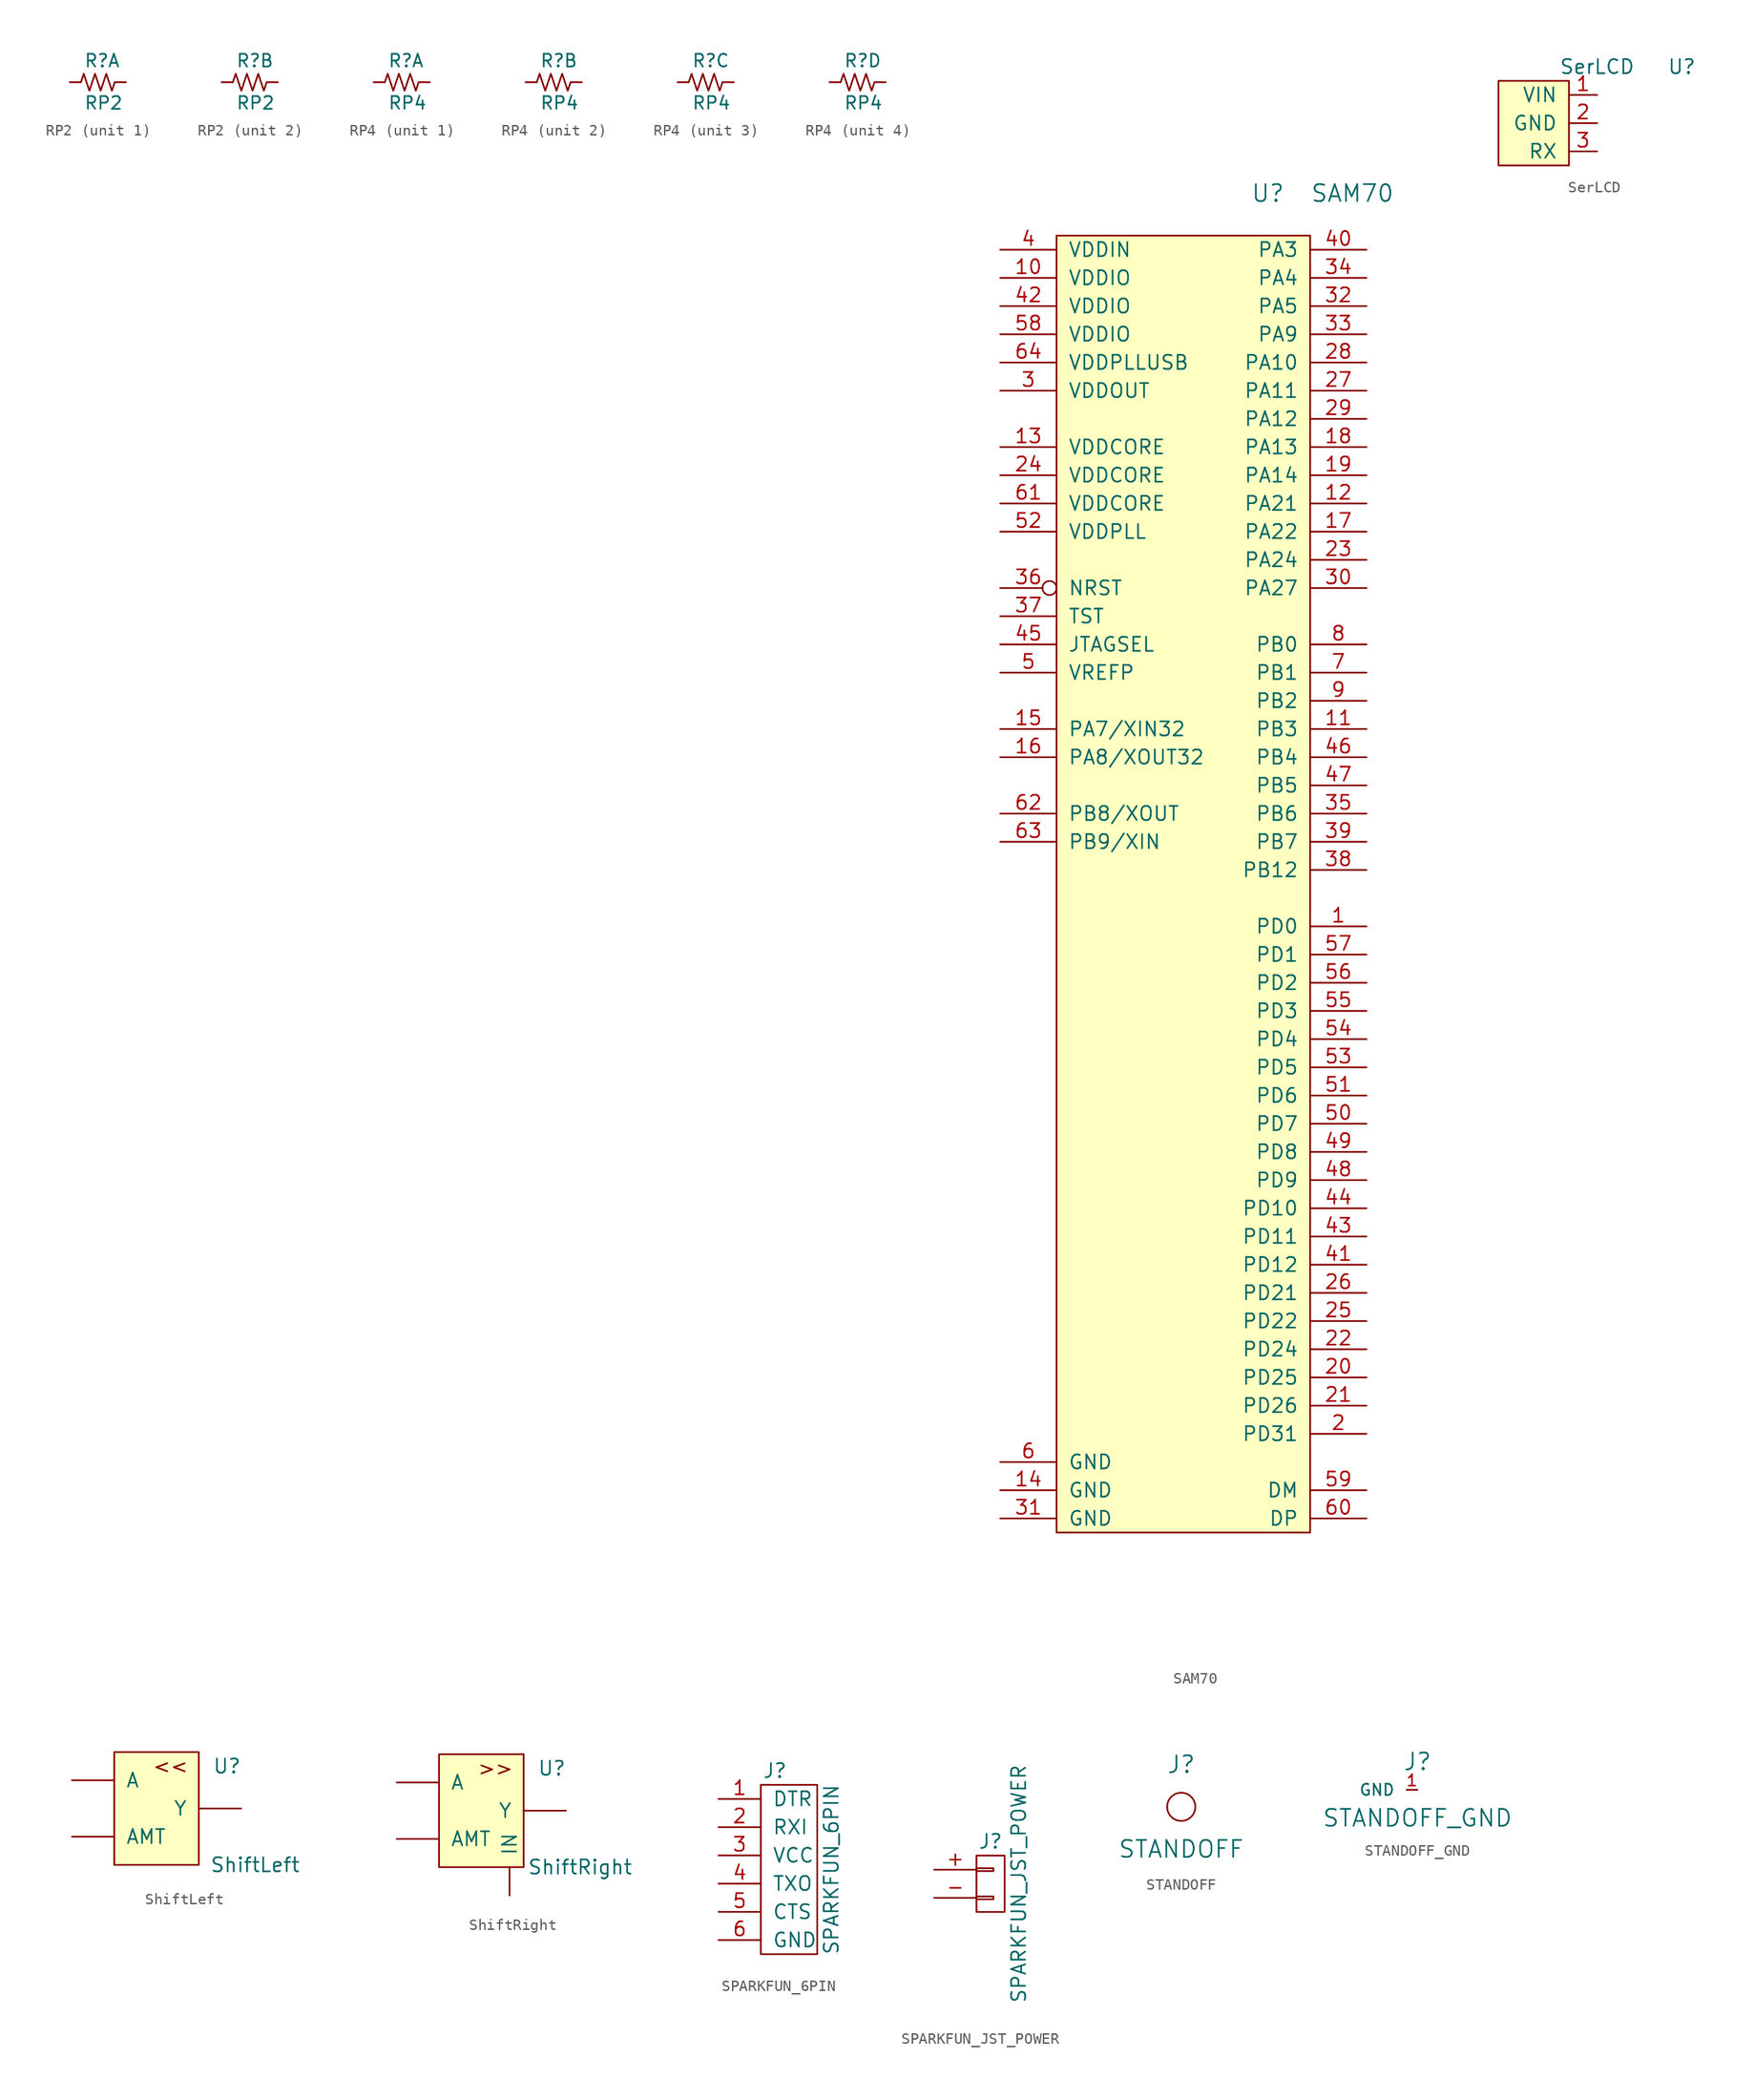
<source format=kicad_sym>
(kicad_symbol_lib
  (version 20211014)
  (generator kicad_symbol_editor)
  (symbol "RP2"
    (pin_numbers hide)
    (pin_names
      (offset 0) hide)
    (property "Reference" "R"
      (at -1.27 1.27 0)
      (effects (font (size 1.143 1.143)) (justify left bottom)))
    (property "Value" "RP2"
      (at -1.27 -2.54 0)
      (effects (font (size 1.143 1.143)) (justify left bottom)))
    (symbol "RP2_0_1"
      (polyline (pts (xy 0 0) (xy -0.254 0.762) (xy -0.762 -0.762) (xy -1.27 0.762) (xy -1.524 0)) (stroke (width 0) (type default) (color 0 0 0 0)) (fill (type none)))
      (polyline (pts (xy 0 0) (xy 0.254 -0.762) (xy 0.762 0.762) (xy 1.27 -0.762) (xy 1.524 0)) (stroke (width 0) (type default) (color 0 0 0 0)) (fill (type none))))
    (symbol "RP2_1_1"
      (pin passive line (at -2.54 0 0) (length 0.991) (name "4" (effects (font (size 1.016 1.016)))) (number "1" (effects (font (size 1.016 1.016)))))
      (pin passive line (at 2.54 0 180) (length 0.991) (name "3" (effects (font (size 1.016 1.016)))) (number "4" (effects (font (size 1.016 1.016))))))
    (symbol "RP2_2_1"
      (pin passive line (at -2.54 0 0) (length 0.991) (name "4" (effects (font (size 1.016 1.016)))) (number "2" (effects (font (size 1.016 1.016)))))
      (pin passive line (at 2.54 0 180) (length 0.991) (name "3" (effects (font (size 1.016 1.016)))) (number "3" (effects (font (size 1.016 1.016)))))))
  (symbol "RP4"
    (pin_numbers hide)
    (pin_names
      (offset 0) hide)
    (property "Reference" "R"
      (at -1.27 1.27 0)
      (effects (font (size 1.143 1.143)) (justify left bottom)))
    (property "Value" "RP4"
      (at -1.27 -2.54 0)
      (effects (font (size 1.143 1.143)) (justify left bottom)))
    (symbol "RP4_0_1"
      (polyline (pts (xy 0 0) (xy -0.254 0.762) (xy -0.762 -0.762) (xy -1.27 0.762) (xy -1.524 0)) (stroke (width 0) (type default) (color 0 0 0 0)) (fill (type none)))
      (polyline (pts (xy 0 0) (xy 0.254 -0.762) (xy 0.762 0.762) (xy 1.27 -0.762) (xy 1.524 0)) (stroke (width 0) (type default) (color 0 0 0 0)) (fill (type none))))
    (symbol "RP4_1_1"
      (pin passive line (at -2.54 0 0) (length 0.991) (name "4" (effects (font (size 1.016 1.016)))) (number "1" (effects (font (size 1.016 1.016)))))
      (pin passive line (at 2.54 0 180) (length 0.991) (name "5" (effects (font (size 1.016 1.016)))) (number "8" (effects (font (size 1.016 1.016))))))
    (symbol "RP4_2_1"
      (pin passive line (at -2.54 0 0) (length 0.991) (name "4" (effects (font (size 1.016 1.016)))) (number "2" (effects (font (size 1.016 1.016)))))
      (pin passive line (at 2.54 0 180) (length 0.991) (name "5" (effects (font (size 1.016 1.016)))) (number "7" (effects (font (size 1.016 1.016))))))
    (symbol "RP4_3_1"
      (pin passive line (at -2.54 0 0) (length 0.991) (name "4" (effects (font (size 1.016 1.016)))) (number "3" (effects (font (size 1.016 1.016)))))
      (pin passive line (at 2.54 0 180) (length 0.991) (name "5" (effects (font (size 1.016 1.016)))) (number "6" (effects (font (size 1.016 1.016))))))
    (symbol "RP4_4_1"
      (pin passive line (at -2.54 0 0) (length 0.991) (name "4" (effects (font (size 1.016 1.016)))) (number "4" (effects (font (size 1.016 1.016)))))
      (pin passive line (at 2.54 0 180) (length 0.991) (name "5" (effects (font (size 1.016 1.016)))) (number "5" (effects (font (size 1.016 1.016)))))))
  (symbol "SAM70"
    (pin_names
      (offset 1.016))
    (property "Reference" "U"
      (at 1.27 10.16 0)
      (effects (font (size 1.524 1.524))))
    (property "Value" "SAM70"
      (at 8.89 10.16 0)
      (effects (font (size 1.524 1.524))))
    (symbol "SAM70_0_1"
      (rectangle (start 5.08 6.35) (end -17.78 -110.49) (stroke (width 0) (type default) (color 0 0 0 0)) (fill (type background))))
    (symbol "SAM70_1_1"
      (pin bidirectional line (at 10.16 -55.88 180) (length 5.08) (name "PD0" (effects (font (size 1.27 1.27)))) (number "1" (effects (font (size 1.27 1.27)))))
      (pin power_in line (at -22.86 2.54 0) (length 5.08) (name "VDDIO" (effects (font (size 1.27 1.27)))) (number "10" (effects (font (size 1.27 1.27)))))
      (pin bidirectional line (at 10.16 -38.1 180) (length 5.08) (name "PB3" (effects (font (size 1.27 1.27)))) (number "11" (effects (font (size 1.27 1.27)))))
      (pin bidirectional line (at 10.16 -17.78 180) (length 5.08) (name "PA21" (effects (font (size 1.27 1.27)))) (number "12" (effects (font (size 1.27 1.27)))))
      (pin power_in line (at -22.86 -12.7 0) (length 5.08) (name "VDDCORE" (effects (font (size 1.27 1.27)))) (number "13" (effects (font (size 1.27 1.27)))))
      (pin power_in line (at -22.86 -106.68 0) (length 5.08) (name "GND" (effects (font (size 1.27 1.27)))) (number "14" (effects (font (size 1.27 1.27)))))
      (pin bidirectional line (at -22.86 -38.1 0) (length 5.08) (name "PA7/XIN32" (effects (font (size 1.27 1.27)))) (number "15" (effects (font (size 1.27 1.27)))))
      (pin bidirectional line (at -22.86 -40.64 0) (length 5.08) (name "PA8/XOUT32" (effects (font (size 1.27 1.27)))) (number "16" (effects (font (size 1.27 1.27)))))
      (pin bidirectional line (at 10.16 -20.32 180) (length 5.08) (name "PA22" (effects (font (size 1.27 1.27)))) (number "17" (effects (font (size 1.27 1.27)))))
      (pin bidirectional line (at 10.16 -12.7 180) (length 5.08) (name "PA13" (effects (font (size 1.27 1.27)))) (number "18" (effects (font (size 1.27 1.27)))))
      (pin bidirectional line (at 10.16 -15.24 180) (length 5.08) (name "PA14" (effects (font (size 1.27 1.27)))) (number "19" (effects (font (size 1.27 1.27)))))
      (pin bidirectional line (at 10.16 -101.6 180) (length 5.08) (name "PD31" (effects (font (size 1.27 1.27)))) (number "2" (effects (font (size 1.27 1.27)))))
      (pin bidirectional line (at 10.16 -96.52 180) (length 5.08) (name "PD25" (effects (font (size 1.27 1.27)))) (number "20" (effects (font (size 1.27 1.27)))))
      (pin bidirectional line (at 10.16 -99.06 180) (length 5.08) (name "PD26" (effects (font (size 1.27 1.27)))) (number "21" (effects (font (size 1.27 1.27)))))
      (pin bidirectional line (at 10.16 -93.98 180) (length 5.08) (name "PD24" (effects (font (size 1.27 1.27)))) (number "22" (effects (font (size 1.27 1.27)))))
      (pin bidirectional line (at 10.16 -22.86 180) (length 5.08) (name "PA24" (effects (font (size 1.27 1.27)))) (number "23" (effects (font (size 1.27 1.27)))))
      (pin power_in line (at -22.86 -15.24 0) (length 5.08) (name "VDDCORE" (effects (font (size 1.27 1.27)))) (number "24" (effects (font (size 1.27 1.27)))))
      (pin bidirectional line (at 10.16 -91.44 180) (length 5.08) (name "PD22" (effects (font (size 1.27 1.27)))) (number "25" (effects (font (size 1.27 1.27)))))
      (pin bidirectional line (at 10.16 -88.9 180) (length 5.08) (name "PD21" (effects (font (size 1.27 1.27)))) (number "26" (effects (font (size 1.27 1.27)))))
      (pin bidirectional line (at 10.16 -7.62 180) (length 5.08) (name "PA11" (effects (font (size 1.27 1.27)))) (number "27" (effects (font (size 1.27 1.27)))))
      (pin bidirectional line (at 10.16 -5.08 180) (length 5.08) (name "PA10" (effects (font (size 1.27 1.27)))) (number "28" (effects (font (size 1.27 1.27)))))
      (pin bidirectional line (at 10.16 -10.16 180) (length 5.08) (name "PA12" (effects (font (size 1.27 1.27)))) (number "29" (effects (font (size 1.27 1.27)))))
      (pin power_out line (at -22.86 -7.62 0) (length 5.08) (name "VDDOUT" (effects (font (size 1.27 1.27)))) (number "3" (effects (font (size 1.27 1.27)))))
      (pin bidirectional line (at 10.16 -25.4 180) (length 5.08) (name "PA27" (effects (font (size 1.27 1.27)))) (number "30" (effects (font (size 1.27 1.27)))))
      (pin power_in line (at -22.86 -109.22 0) (length 5.08) (name "GND" (effects (font (size 1.27 1.27)))) (number "31" (effects (font (size 1.27 1.27)))))
      (pin bidirectional line (at 10.16 0 180) (length 5.08) (name "PA5" (effects (font (size 1.27 1.27)))) (number "32" (effects (font (size 1.27 1.27)))))
      (pin bidirectional line (at 10.16 -2.54 180) (length 5.08) (name "PA9" (effects (font (size 1.27 1.27)))) (number "33" (effects (font (size 1.27 1.27)))))
      (pin bidirectional line (at 10.16 2.54 180) (length 5.08) (name "PA4" (effects (font (size 1.27 1.27)))) (number "34" (effects (font (size 1.27 1.27)))))
      (pin bidirectional line (at 10.16 -45.72 180) (length 5.08) (name "PB6" (effects (font (size 1.27 1.27)))) (number "35" (effects (font (size 1.27 1.27)))))
      (pin bidirectional inverted (at -22.86 -25.4 0) (length 5.08) (name "NRST" (effects (font (size 1.27 1.27)))) (number "36" (effects (font (size 1.27 1.27)))))
      (pin input line (at -22.86 -27.94 0) (length 5.08) (name "TST" (effects (font (size 1.27 1.27)))) (number "37" (effects (font (size 1.27 1.27)))))
      (pin bidirectional line (at 10.16 -50.8 180) (length 5.08) (name "PB12" (effects (font (size 1.27 1.27)))) (number "38" (effects (font (size 1.27 1.27)))))
      (pin bidirectional line (at 10.16 -48.26 180) (length 5.08) (name "PB7" (effects (font (size 1.27 1.27)))) (number "39" (effects (font (size 1.27 1.27)))))
      (pin power_in line (at -22.86 5.08 0) (length 5.08) (name "VDDIN" (effects (font (size 1.27 1.27)))) (number "4" (effects (font (size 1.27 1.27)))))
      (pin bidirectional line (at 10.16 5.08 180) (length 5.08) (name "PA3" (effects (font (size 1.27 1.27)))) (number "40" (effects (font (size 1.27 1.27)))))
      (pin bidirectional line (at 10.16 -86.36 180) (length 5.08) (name "PD12" (effects (font (size 1.27 1.27)))) (number "41" (effects (font (size 1.27 1.27)))))
      (pin power_in line (at -22.86 0 0) (length 5.08) (name "VDDIO" (effects (font (size 1.27 1.27)))) (number "42" (effects (font (size 1.27 1.27)))))
      (pin bidirectional line (at 10.16 -83.82 180) (length 5.08) (name "PD11" (effects (font (size 1.27 1.27)))) (number "43" (effects (font (size 1.27 1.27)))))
      (pin bidirectional line (at 10.16 -81.28 180) (length 5.08) (name "PD10" (effects (font (size 1.27 1.27)))) (number "44" (effects (font (size 1.27 1.27)))))
      (pin input line (at -22.86 -30.48 0) (length 5.08) (name "JTAGSEL" (effects (font (size 1.27 1.27)))) (number "45" (effects (font (size 1.27 1.27)))))
      (pin bidirectional line (at 10.16 -40.64 180) (length 5.08) (name "PB4" (effects (font (size 1.27 1.27)))) (number "46" (effects (font (size 1.27 1.27)))))
      (pin bidirectional line (at 10.16 -43.18 180) (length 5.08) (name "PB5" (effects (font (size 1.27 1.27)))) (number "47" (effects (font (size 1.27 1.27)))))
      (pin bidirectional line (at 10.16 -78.74 180) (length 5.08) (name "PD9" (effects (font (size 1.27 1.27)))) (number "48" (effects (font (size 1.27 1.27)))))
      (pin bidirectional line (at 10.16 -76.2 180) (length 5.08) (name "PD8" (effects (font (size 1.27 1.27)))) (number "49" (effects (font (size 1.27 1.27)))))
      (pin power_in line (at -22.86 -33.02 0) (length 5.08) (name "VREFP" (effects (font (size 1.27 1.27)))) (number "5" (effects (font (size 1.27 1.27)))))
      (pin bidirectional line (at 10.16 -73.66 180) (length 5.08) (name "PD7" (effects (font (size 1.27 1.27)))) (number "50" (effects (font (size 1.27 1.27)))))
      (pin bidirectional line (at 10.16 -71.12 180) (length 5.08) (name "PD6" (effects (font (size 1.27 1.27)))) (number "51" (effects (font (size 1.27 1.27)))))
      (pin power_in line (at -22.86 -20.32 0) (length 5.08) (name "VDDPLL" (effects (font (size 1.27 1.27)))) (number "52" (effects (font (size 1.27 1.27)))))
      (pin bidirectional line (at 10.16 -68.58 180) (length 5.08) (name "PD5" (effects (font (size 1.27 1.27)))) (number "53" (effects (font (size 1.27 1.27)))))
      (pin bidirectional line (at 10.16 -66.04 180) (length 5.08) (name "PD4" (effects (font (size 1.27 1.27)))) (number "54" (effects (font (size 1.27 1.27)))))
      (pin bidirectional line (at 10.16 -63.5 180) (length 5.08) (name "PD3" (effects (font (size 1.27 1.27)))) (number "55" (effects (font (size 1.27 1.27)))))
      (pin bidirectional line (at 10.16 -60.96 180) (length 5.08) (name "PD2" (effects (font (size 1.27 1.27)))) (number "56" (effects (font (size 1.27 1.27)))))
      (pin bidirectional line (at 10.16 -58.42 180) (length 5.08) (name "PD1" (effects (font (size 1.27 1.27)))) (number "57" (effects (font (size 1.27 1.27)))))
      (pin power_in line (at -22.86 -2.54 0) (length 5.08) (name "VDDIO" (effects (font (size 1.27 1.27)))) (number "58" (effects (font (size 1.27 1.27)))))
      (pin bidirectional line (at 10.16 -106.68 180) (length 5.08) (name "DM" (effects (font (size 1.27 1.27)))) (number "59" (effects (font (size 1.27 1.27)))))
      (pin power_in line (at -22.86 -104.14 0) (length 5.08) (name "GND" (effects (font (size 1.27 1.27)))) (number "6" (effects (font (size 1.27 1.27)))))
      (pin bidirectional line (at 10.16 -109.22 180) (length 5.08) (name "DP" (effects (font (size 1.27 1.27)))) (number "60" (effects (font (size 1.27 1.27)))))
      (pin power_in line (at -22.86 -17.78 0) (length 5.08) (name "VDDCORE" (effects (font (size 1.27 1.27)))) (number "61" (effects (font (size 1.27 1.27)))))
      (pin bidirectional line (at -22.86 -45.72 0) (length 5.08) (name "PB8/XOUT" (effects (font (size 1.27 1.27)))) (number "62" (effects (font (size 1.27 1.27)))))
      (pin bidirectional line (at -22.86 -48.26 0) (length 5.08) (name "PB9/XIN" (effects (font (size 1.27 1.27)))) (number "63" (effects (font (size 1.27 1.27)))))
      (pin power_in line (at -22.86 -5.08 0) (length 5.08) (name "VDDPLLUSB" (effects (font (size 1.27 1.27)))) (number "64" (effects (font (size 1.27 1.27)))))
      (pin bidirectional line (at 10.16 -33.02 180) (length 5.08) (name "PB1" (effects (font (size 1.27 1.27)))) (number "7" (effects (font (size 1.27 1.27)))))
      (pin bidirectional line (at 10.16 -30.48 180) (length 5.08) (name "PB0" (effects (font (size 1.27 1.27)))) (number "8" (effects (font (size 1.27 1.27)))))
      (pin bidirectional line (at 10.16 -35.56 180) (length 5.08) (name "PB2" (effects (font (size 1.27 1.27)))) (number "9" (effects (font (size 1.27 1.27)))))))
  (symbol "SerLCD"
    (pin_names
      (offset 1.016))
    (property "Reference" "U"
      (at 7.62 2.54 0)
      (effects (font (size 1.27 1.27))))
    (property "Value" "SerLCD"
      (at 0 2.54 0)
      (effects (font (size 1.27 1.27))))
    (symbol "SerLCD_0_1"
      (rectangle (start -2.54 1.27) (end -8.89 -6.35) (stroke (width 0) (type default) (color 0 0 0 0)) (fill (type background))))
    (symbol "SerLCD_1_1"
      (pin power_in line (at 0 0 180) (length 2.54) (name "VIN" (effects (font (size 1.27 1.27)))) (number "1" (effects (font (size 1.27 1.27)))))
      (pin power_in line (at 0 -2.54 180) (length 2.54) (name "GND" (effects (font (size 1.27 1.27)))) (number "2" (effects (font (size 1.27 1.27)))))
      (pin input line (at 0 -5.08 180) (length 2.54) (name "RX" (effects (font (size 1.27 1.27)))) (number "3" (effects (font (size 1.27 1.27)))))))
  (symbol "ShiftLeft"
    (pin_numbers hide)
    (pin_names
      (offset 1.016))
    (property "Reference" "U"
      (at 6.35 3.81 0)
      (effects (font (size 1.27 1.27))))
    (property "Value" "ShiftLeft"
      (at 8.89 -5.08 0)
      (effects (font (size 1.27 1.27))))
    (symbol "ShiftLeft_0_0"
      (text "<<" (at 1.27 3.81 0) (effects (font (size 1.27 1.27)))))
    (symbol "ShiftLeft_0_1"
      (polyline (pts (xy -3.81 5.08) (xy -3.81 1.27) (xy -3.81 0) (xy -3.81 -1.27) (xy -3.81 -2.54) (xy -3.81 -5.08) (xy 3.81 -5.08) (xy 3.81 5.08) (xy -3.81 5.08)) (stroke (width 0) (type default) (color 0 0 0 0)) (fill (type background))))
    (symbol "ShiftLeft_1_1"
      (pin input line (at -7.62 2.54 0) (length 3.81) (name "A" (effects (font (size 1.27 1.27)))) (number "~" (effects (font (size 1.27 1.27)))))
      (pin input line (at -7.62 -2.54 0) (length 3.81) (name "AMT" (effects (font (size 1.27 1.27)))) (number "~" (effects (font (size 1.27 1.27)))))
      (pin output line (at 7.62 0 180) (length 3.81) (name "Y" (effects (font (size 1.27 1.27)))) (number "~" (effects (font (size 1.27 1.27)))))))
  (symbol "ShiftRight"
    (pin_numbers hide)
    (pin_names
      (offset 1.016))
    (property "Reference" "U"
      (at 6.35 3.81 0)
      (effects (font (size 1.27 1.27))))
    (property "Value" "ShiftRight"
      (at 8.89 -5.08 0)
      (effects (font (size 1.27 1.27))))
    (symbol "ShiftRight_0_0"
      (text ">>" (at 1.27 3.81 0) (effects (font (size 1.27 1.27)))))
    (symbol "ShiftRight_0_1"
      (polyline (pts (xy -3.81 5.08) (xy -3.81 1.27) (xy -3.81 0) (xy -3.81 -1.27) (xy -3.81 -2.54) (xy -3.81 -5.08) (xy 3.81 -5.08) (xy 3.81 5.08) (xy -3.81 5.08)) (stroke (width 0) (type default) (color 0 0 0 0)) (fill (type background))))
    (symbol "ShiftRight_1_1"
      (pin input line (at -7.62 2.54 0) (length 3.81) (name "A" (effects (font (size 1.27 1.27)))) (number "~" (effects (font (size 1.27 1.27)))))
      (pin input line (at -7.62 -2.54 0) (length 3.81) (name "AMT" (effects (font (size 1.27 1.27)))) (number "~" (effects (font (size 1.27 1.27)))))
      (pin input line (at 2.54 -7.62 90) (length 2.54) (name "IN" (effects (font (size 1.27 1.27)))) (number "~" (effects (font (size 1.27 1.27)))))
      (pin output line (at 7.62 0 180) (length 3.81) (name "Y" (effects (font (size 1.27 1.27)))) (number "~" (effects (font (size 1.27 1.27)))))))
  (symbol "SPARKFUN_6PIN"
    (pin_names
      (offset 1.016))
    (property "Reference" "J"
      (at 0 8.89 0)
      (effects (font (size 1.27 1.27))))
    (property "Value" "SPARKFUN_6PIN"
      (at 5.08 0 90)
      (effects (font (size 1.27 1.27))))
    (symbol "SPARKFUN_6PIN_0_1"
      (rectangle (start -1.27 7.62) (end 3.81 -7.62) (stroke (width 0) (type default) (color 0 0 0 0)) (fill (type none))))
    (symbol "SPARKFUN_6PIN_1_1"
      (pin output line (at -5.08 6.35 0) (length 3.81) (name "DTR" (effects (font (size 1.27 1.27)))) (number "1" (effects (font (size 1.27 1.27)))))
      (pin input line (at -5.08 3.81 0) (length 3.81) (name "RXI" (effects (font (size 1.27 1.27)))) (number "2" (effects (font (size 1.27 1.27)))))
      (pin power_out line (at -5.08 1.27 0) (length 3.81) (name "VCC" (effects (font (size 1.27 1.27)))) (number "3" (effects (font (size 1.27 1.27)))))
      (pin output line (at -5.08 -1.27 0) (length 3.81) (name "TXO" (effects (font (size 1.27 1.27)))) (number "4" (effects (font (size 1.27 1.27)))))
      (pin input line (at -5.08 -3.81 0) (length 3.81) (name "CTS" (effects (font (size 1.27 1.27)))) (number "5" (effects (font (size 1.27 1.27)))))
      (pin power_out line (at -5.08 -6.35 0) (length 3.81) (name "GND" (effects (font (size 1.27 1.27)))) (number "6" (effects (font (size 1.27 1.27)))))))
  (symbol "SPARKFUN_JST_POWER"
    (pin_names
      (offset 1.016) hide)
    (property "Reference" "J"
      (at 0 3.81 0)
      (effects (font (size 1.27 1.27))))
    (property "Value" "SPARKFUN_JST_POWER"
      (at 2.54 0 90)
      (effects (font (size 1.27 1.27))))
    (symbol "SPARKFUN_JST_POWER_0_1"
      (rectangle (start -1.27 -1.143) (end 0.254 -1.397) (stroke (width 0) (type default) (color 0 0 0 0)) (fill (type none)))
      (rectangle (start -1.27 1.397) (end 0.254 1.143) (stroke (width 0) (type default) (color 0 0 0 0)) (fill (type none)))
      (rectangle (start -1.27 2.54) (end 1.27 -2.54) (stroke (width 0) (type default) (color 0 0 0 0)) (fill (type none))))
    (symbol "SPARKFUN_JST_POWER_1_1"
      (pin passive line (at -5.08 1.27 0) (length 3.81) (name "P1" (effects (font (size 1.27 1.27)))) (number "+" (effects (font (size 1.27 1.27)))))
      (pin passive line (at -5.08 -1.27 0) (length 3.81) (name "P2" (effects (font (size 1.27 1.27)))) (number "-" (effects (font (size 1.27 1.27)))))))
  (symbol "STANDOFF"
    (pin_names
      (offset 1.016))
    (property "Reference" "J"
      (at 0 3.81 0)
      (effects (font (size 1.524 1.524))))
    (property "Value" "STANDOFF"
      (at 0 -3.81 0)
      (effects (font (size 1.524 1.524))))
    (symbol "STANDOFF_0_1"
      (circle (center 0 0) (radius 1.27) (stroke (width 0) (type default) (color 0 0 0 0)) (fill (type none)))))
  (symbol "STANDOFF_GND"
    (pin_names
      (offset 1.016))
    (property "Reference" "J"
      (at 0 2.54 0)
      (effects (font (size 1.524 1.524))))
    (property "Value" "STANDOFF_GND"
      (at 0 -2.54 0)
      (effects (font (size 1.524 1.524))))
    (symbol "STANDOFF_GND_1_1"
      (pin power_in line (at 0 0 180) (length 0.991) (name "GND" (effects (font (size 1.016 1.016)))) (number "1" (effects (font (size 1.016 1.016))))))))
</source>
